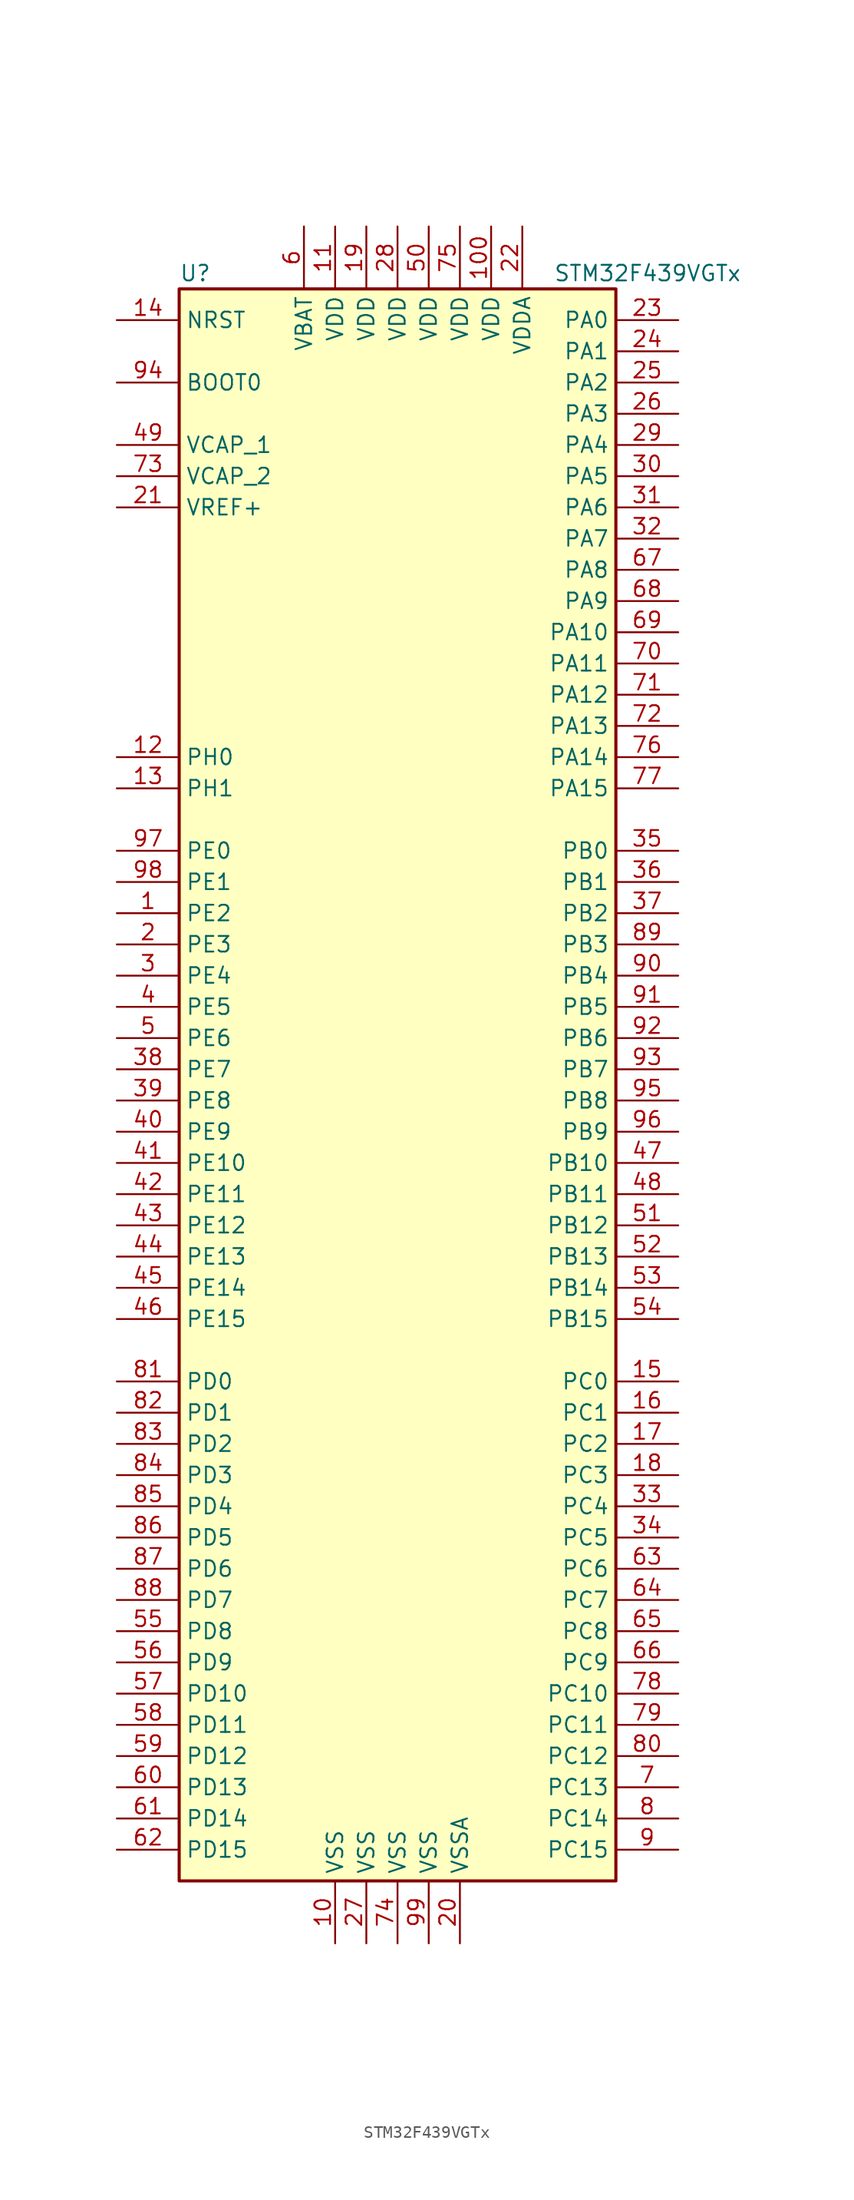
<source format=kicad_sym>
(kicad_symbol_lib
  (version 20201005)
  (generator kicad_symbol_editor)
  (symbol "MCU_ST_STM32F4:STM32F439VGTx"
    (property "Reference" "U"
      (at -17.78 64.77 0)
      (effects (font (size 1.27 1.27)) (justify left)))
    (property "Value" "STM32F439VGTx"
      (at 12.7 64.77 0)
      (effects (font (size 1.27 1.27)) (justify left)))
    (symbol "STM32F439VGTx_0_1"
      (rectangle (start -17.78 -66.04) (end 17.78 63.5) (stroke (width 0.254)) (fill (type background))))
    (symbol "STM32F439VGTx_1_1"
      (pin input line (at -22.86 55.88 0) (length 5.08) (name "BOOT0" (effects (font (size 1.27 1.27)))) (number "94" (effects (font (size 1.27 1.27)))))
      (pin input line (at -22.86 60.96 0) (length 5.08) (name "NRST" (effects (font (size 1.27 1.27)))) (number "14" (effects (font (size 1.27 1.27)))))
      (pin bidirectional line (at 22.86 60.96 180) (length 5.08) (name "PA0" (effects (font (size 1.27 1.27)))) (number "23" (effects (font (size 1.27 1.27)))))
      (pin bidirectional line (at 22.86 58.42 180) (length 5.08) (name "PA1" (effects (font (size 1.27 1.27)))) (number "24" (effects (font (size 1.27 1.27)))))
      (pin bidirectional line (at 22.86 35.56 180) (length 5.08) (name "PA10" (effects (font (size 1.27 1.27)))) (number "69" (effects (font (size 1.27 1.27)))))
      (pin bidirectional line (at 22.86 33.02 180) (length 5.08) (name "PA11" (effects (font (size 1.27 1.27)))) (number "70" (effects (font (size 1.27 1.27)))))
      (pin bidirectional line (at 22.86 30.48 180) (length 5.08) (name "PA12" (effects (font (size 1.27 1.27)))) (number "71" (effects (font (size 1.27 1.27)))))
      (pin bidirectional line (at 22.86 27.94 180) (length 5.08) (name "PA13" (effects (font (size 1.27 1.27)))) (number "72" (effects (font (size 1.27 1.27)))))
      (pin bidirectional line (at 22.86 25.4 180) (length 5.08) (name "PA14" (effects (font (size 1.27 1.27)))) (number "76" (effects (font (size 1.27 1.27)))))
      (pin bidirectional line (at 22.86 22.86 180) (length 5.08) (name "PA15" (effects (font (size 1.27 1.27)))) (number "77" (effects (font (size 1.27 1.27)))))
      (pin bidirectional line (at 22.86 55.88 180) (length 5.08) (name "PA2" (effects (font (size 1.27 1.27)))) (number "25" (effects (font (size 1.27 1.27)))))
      (pin bidirectional line (at 22.86 53.34 180) (length 5.08) (name "PA3" (effects (font (size 1.27 1.27)))) (number "26" (effects (font (size 1.27 1.27)))))
      (pin bidirectional line (at 22.86 50.8 180) (length 5.08) (name "PA4" (effects (font (size 1.27 1.27)))) (number "29" (effects (font (size 1.27 1.27)))))
      (pin bidirectional line (at 22.86 48.26 180) (length 5.08) (name "PA5" (effects (font (size 1.27 1.27)))) (number "30" (effects (font (size 1.27 1.27)))))
      (pin bidirectional line (at 22.86 45.72 180) (length 5.08) (name "PA6" (effects (font (size 1.27 1.27)))) (number "31" (effects (font (size 1.27 1.27)))))
      (pin bidirectional line (at 22.86 43.18 180) (length 5.08) (name "PA7" (effects (font (size 1.27 1.27)))) (number "32" (effects (font (size 1.27 1.27)))))
      (pin bidirectional line (at 22.86 40.64 180) (length 5.08) (name "PA8" (effects (font (size 1.27 1.27)))) (number "67" (effects (font (size 1.27 1.27)))))
      (pin bidirectional line (at 22.86 38.1 180) (length 5.08) (name "PA9" (effects (font (size 1.27 1.27)))) (number "68" (effects (font (size 1.27 1.27)))))
      (pin bidirectional line (at 22.86 17.78 180) (length 5.08) (name "PB0" (effects (font (size 1.27 1.27)))) (number "35" (effects (font (size 1.27 1.27)))))
      (pin bidirectional line (at 22.86 15.24 180) (length 5.08) (name "PB1" (effects (font (size 1.27 1.27)))) (number "36" (effects (font (size 1.27 1.27)))))
      (pin bidirectional line (at 22.86 -7.62 180) (length 5.08) (name "PB10" (effects (font (size 1.27 1.27)))) (number "47" (effects (font (size 1.27 1.27)))))
      (pin bidirectional line (at 22.86 -10.16 180) (length 5.08) (name "PB11" (effects (font (size 1.27 1.27)))) (number "48" (effects (font (size 1.27 1.27)))))
      (pin bidirectional line (at 22.86 -12.7 180) (length 5.08) (name "PB12" (effects (font (size 1.27 1.27)))) (number "51" (effects (font (size 1.27 1.27)))))
      (pin bidirectional line (at 22.86 -15.24 180) (length 5.08) (name "PB13" (effects (font (size 1.27 1.27)))) (number "52" (effects (font (size 1.27 1.27)))))
      (pin bidirectional line (at 22.86 -17.78 180) (length 5.08) (name "PB14" (effects (font (size 1.27 1.27)))) (number "53" (effects (font (size 1.27 1.27)))))
      (pin bidirectional line (at 22.86 -20.32 180) (length 5.08) (name "PB15" (effects (font (size 1.27 1.27)))) (number "54" (effects (font (size 1.27 1.27)))))
      (pin bidirectional line (at 22.86 12.7 180) (length 5.08) (name "PB2" (effects (font (size 1.27 1.27)))) (number "37" (effects (font (size 1.27 1.27)))))
      (pin bidirectional line (at 22.86 10.16 180) (length 5.08) (name "PB3" (effects (font (size 1.27 1.27)))) (number "89" (effects (font (size 1.27 1.27)))))
      (pin bidirectional line (at 22.86 7.62 180) (length 5.08) (name "PB4" (effects (font (size 1.27 1.27)))) (number "90" (effects (font (size 1.27 1.27)))))
      (pin bidirectional line (at 22.86 5.08 180) (length 5.08) (name "PB5" (effects (font (size 1.27 1.27)))) (number "91" (effects (font (size 1.27 1.27)))))
      (pin bidirectional line (at 22.86 2.54 180) (length 5.08) (name "PB6" (effects (font (size 1.27 1.27)))) (number "92" (effects (font (size 1.27 1.27)))))
      (pin bidirectional line (at 22.86 0 180) (length 5.08) (name "PB7" (effects (font (size 1.27 1.27)))) (number "93" (effects (font (size 1.27 1.27)))))
      (pin bidirectional line (at 22.86 -2.54 180) (length 5.08) (name "PB8" (effects (font (size 1.27 1.27)))) (number "95" (effects (font (size 1.27 1.27)))))
      (pin bidirectional line (at 22.86 -5.08 180) (length 5.08) (name "PB9" (effects (font (size 1.27 1.27)))) (number "96" (effects (font (size 1.27 1.27)))))
      (pin bidirectional line (at 22.86 -25.4 180) (length 5.08) (name "PC0" (effects (font (size 1.27 1.27)))) (number "15" (effects (font (size 1.27 1.27)))))
      (pin bidirectional line (at 22.86 -27.94 180) (length 5.08) (name "PC1" (effects (font (size 1.27 1.27)))) (number "16" (effects (font (size 1.27 1.27)))))
      (pin bidirectional line (at 22.86 -50.8 180) (length 5.08) (name "PC10" (effects (font (size 1.27 1.27)))) (number "78" (effects (font (size 1.27 1.27)))))
      (pin bidirectional line (at 22.86 -53.34 180) (length 5.08) (name "PC11" (effects (font (size 1.27 1.27)))) (number "79" (effects (font (size 1.27 1.27)))))
      (pin bidirectional line (at 22.86 -55.88 180) (length 5.08) (name "PC12" (effects (font (size 1.27 1.27)))) (number "80" (effects (font (size 1.27 1.27)))))
      (pin bidirectional line (at 22.86 -58.42 180) (length 5.08) (name "PC13" (effects (font (size 1.27 1.27)))) (number "7" (effects (font (size 1.27 1.27)))))
      (pin bidirectional line (at 22.86 -60.96 180) (length 5.08) (name "PC14" (effects (font (size 1.27 1.27)))) (number "8" (effects (font (size 1.27 1.27)))))
      (pin bidirectional line (at 22.86 -63.5 180) (length 5.08) (name "PC15" (effects (font (size 1.27 1.27)))) (number "9" (effects (font (size 1.27 1.27)))))
      (pin bidirectional line (at 22.86 -30.48 180) (length 5.08) (name "PC2" (effects (font (size 1.27 1.27)))) (number "17" (effects (font (size 1.27 1.27)))))
      (pin bidirectional line (at 22.86 -33.02 180) (length 5.08) (name "PC3" (effects (font (size 1.27 1.27)))) (number "18" (effects (font (size 1.27 1.27)))))
      (pin bidirectional line (at 22.86 -35.56 180) (length 5.08) (name "PC4" (effects (font (size 1.27 1.27)))) (number "33" (effects (font (size 1.27 1.27)))))
      (pin bidirectional line (at 22.86 -38.1 180) (length 5.08) (name "PC5" (effects (font (size 1.27 1.27)))) (number "34" (effects (font (size 1.27 1.27)))))
      (pin bidirectional line (at 22.86 -40.64 180) (length 5.08) (name "PC6" (effects (font (size 1.27 1.27)))) (number "63" (effects (font (size 1.27 1.27)))))
      (pin bidirectional line (at 22.86 -43.18 180) (length 5.08) (name "PC7" (effects (font (size 1.27 1.27)))) (number "64" (effects (font (size 1.27 1.27)))))
      (pin bidirectional line (at 22.86 -45.72 180) (length 5.08) (name "PC8" (effects (font (size 1.27 1.27)))) (number "65" (effects (font (size 1.27 1.27)))))
      (pin bidirectional line (at 22.86 -48.26 180) (length 5.08) (name "PC9" (effects (font (size 1.27 1.27)))) (number "66" (effects (font (size 1.27 1.27)))))
      (pin bidirectional line (at -22.86 -25.4 0) (length 5.08) (name "PD0" (effects (font (size 1.27 1.27)))) (number "81" (effects (font (size 1.27 1.27)))))
      (pin bidirectional line (at -22.86 -27.94 0) (length 5.08) (name "PD1" (effects (font (size 1.27 1.27)))) (number "82" (effects (font (size 1.27 1.27)))))
      (pin bidirectional line (at -22.86 -50.8 0) (length 5.08) (name "PD10" (effects (font (size 1.27 1.27)))) (number "57" (effects (font (size 1.27 1.27)))))
      (pin bidirectional line (at -22.86 -53.34 0) (length 5.08) (name "PD11" (effects (font (size 1.27 1.27)))) (number "58" (effects (font (size 1.27 1.27)))))
      (pin bidirectional line (at -22.86 -55.88 0) (length 5.08) (name "PD12" (effects (font (size 1.27 1.27)))) (number "59" (effects (font (size 1.27 1.27)))))
      (pin bidirectional line (at -22.86 -58.42 0) (length 5.08) (name "PD13" (effects (font (size 1.27 1.27)))) (number "60" (effects (font (size 1.27 1.27)))))
      (pin bidirectional line (at -22.86 -60.96 0) (length 5.08) (name "PD14" (effects (font (size 1.27 1.27)))) (number "61" (effects (font (size 1.27 1.27)))))
      (pin bidirectional line (at -22.86 -63.5 0) (length 5.08) (name "PD15" (effects (font (size 1.27 1.27)))) (number "62" (effects (font (size 1.27 1.27)))))
      (pin bidirectional line (at -22.86 -30.48 0) (length 5.08) (name "PD2" (effects (font (size 1.27 1.27)))) (number "83" (effects (font (size 1.27 1.27)))))
      (pin bidirectional line (at -22.86 -33.02 0) (length 5.08) (name "PD3" (effects (font (size 1.27 1.27)))) (number "84" (effects (font (size 1.27 1.27)))))
      (pin bidirectional line (at -22.86 -35.56 0) (length 5.08) (name "PD4" (effects (font (size 1.27 1.27)))) (number "85" (effects (font (size 1.27 1.27)))))
      (pin bidirectional line (at -22.86 -38.1 0) (length 5.08) (name "PD5" (effects (font (size 1.27 1.27)))) (number "86" (effects (font (size 1.27 1.27)))))
      (pin bidirectional line (at -22.86 -40.64 0) (length 5.08) (name "PD6" (effects (font (size 1.27 1.27)))) (number "87" (effects (font (size 1.27 1.27)))))
      (pin bidirectional line (at -22.86 -43.18 0) (length 5.08) (name "PD7" (effects (font (size 1.27 1.27)))) (number "88" (effects (font (size 1.27 1.27)))))
      (pin bidirectional line (at -22.86 -45.72 0) (length 5.08) (name "PD8" (effects (font (size 1.27 1.27)))) (number "55" (effects (font (size 1.27 1.27)))))
      (pin bidirectional line (at -22.86 -48.26 0) (length 5.08) (name "PD9" (effects (font (size 1.27 1.27)))) (number "56" (effects (font (size 1.27 1.27)))))
      (pin bidirectional line (at -22.86 17.78 0) (length 5.08) (name "PE0" (effects (font (size 1.27 1.27)))) (number "97" (effects (font (size 1.27 1.27)))))
      (pin bidirectional line (at -22.86 15.24 0) (length 5.08) (name "PE1" (effects (font (size 1.27 1.27)))) (number "98" (effects (font (size 1.27 1.27)))))
      (pin bidirectional line (at -22.86 -7.62 0) (length 5.08) (name "PE10" (effects (font (size 1.27 1.27)))) (number "41" (effects (font (size 1.27 1.27)))))
      (pin bidirectional line (at -22.86 -10.16 0) (length 5.08) (name "PE11" (effects (font (size 1.27 1.27)))) (number "42" (effects (font (size 1.27 1.27)))))
      (pin bidirectional line (at -22.86 -12.7 0) (length 5.08) (name "PE12" (effects (font (size 1.27 1.27)))) (number "43" (effects (font (size 1.27 1.27)))))
      (pin bidirectional line (at -22.86 -15.24 0) (length 5.08) (name "PE13" (effects (font (size 1.27 1.27)))) (number "44" (effects (font (size 1.27 1.27)))))
      (pin bidirectional line (at -22.86 -17.78 0) (length 5.08) (name "PE14" (effects (font (size 1.27 1.27)))) (number "45" (effects (font (size 1.27 1.27)))))
      (pin bidirectional line (at -22.86 -20.32 0) (length 5.08) (name "PE15" (effects (font (size 1.27 1.27)))) (number "46" (effects (font (size 1.27 1.27)))))
      (pin bidirectional line (at -22.86 12.7 0) (length 5.08) (name "PE2" (effects (font (size 1.27 1.27)))) (number "1" (effects (font (size 1.27 1.27)))))
      (pin bidirectional line (at -22.86 10.16 0) (length 5.08) (name "PE3" (effects (font (size 1.27 1.27)))) (number "2" (effects (font (size 1.27 1.27)))))
      (pin bidirectional line (at -22.86 7.62 0) (length 5.08) (name "PE4" (effects (font (size 1.27 1.27)))) (number "3" (effects (font (size 1.27 1.27)))))
      (pin bidirectional line (at -22.86 5.08 0) (length 5.08) (name "PE5" (effects (font (size 1.27 1.27)))) (number "4" (effects (font (size 1.27 1.27)))))
      (pin bidirectional line (at -22.86 2.54 0) (length 5.08) (name "PE6" (effects (font (size 1.27 1.27)))) (number "5" (effects (font (size 1.27 1.27)))))
      (pin bidirectional line (at -22.86 0 0) (length 5.08) (name "PE7" (effects (font (size 1.27 1.27)))) (number "38" (effects (font (size 1.27 1.27)))))
      (pin bidirectional line (at -22.86 -2.54 0) (length 5.08) (name "PE8" (effects (font (size 1.27 1.27)))) (number "39" (effects (font (size 1.27 1.27)))))
      (pin bidirectional line (at -22.86 -5.08 0) (length 5.08) (name "PE9" (effects (font (size 1.27 1.27)))) (number "40" (effects (font (size 1.27 1.27)))))
      (pin input line (at -22.86 25.4 0) (length 5.08) (name "PH0" (effects (font (size 1.27 1.27)))) (number "12" (effects (font (size 1.27 1.27)))))
      (pin input line (at -22.86 22.86 0) (length 5.08) (name "PH1" (effects (font (size 1.27 1.27)))) (number "13" (effects (font (size 1.27 1.27)))))
      (pin power_in line (at -7.62 68.58 270) (length 5.08) (name "VBAT" (effects (font (size 1.27 1.27)))) (number "6" (effects (font (size 1.27 1.27)))))
      (pin power_in line (at -22.86 50.8 0) (length 5.08) (name "VCAP_1" (effects (font (size 1.27 1.27)))) (number "49" (effects (font (size 1.27 1.27)))))
      (pin power_in line (at -22.86 48.26 0) (length 5.08) (name "VCAP_2" (effects (font (size 1.27 1.27)))) (number "73" (effects (font (size 1.27 1.27)))))
      (pin power_in line (at 7.62 68.58 270) (length 5.08) (name "VDD" (effects (font (size 1.27 1.27)))) (number "100" (effects (font (size 1.27 1.27)))))
      (pin power_in line (at -5.08 68.58 270) (length 5.08) (name "VDD" (effects (font (size 1.27 1.27)))) (number "11" (effects (font (size 1.27 1.27)))))
      (pin power_in line (at -2.54 68.58 270) (length 5.08) (name "VDD" (effects (font (size 1.27 1.27)))) (number "19" (effects (font (size 1.27 1.27)))))
      (pin power_in line (at 0 68.58 270) (length 5.08) (name "VDD" (effects (font (size 1.27 1.27)))) (number "28" (effects (font (size 1.27 1.27)))))
      (pin power_in line (at 2.54 68.58 270) (length 5.08) (name "VDD" (effects (font (size 1.27 1.27)))) (number "50" (effects (font (size 1.27 1.27)))))
      (pin power_in line (at 5.08 68.58 270) (length 5.08) (name "VDD" (effects (font (size 1.27 1.27)))) (number "75" (effects (font (size 1.27 1.27)))))
      (pin power_in line (at 10.16 68.58 270) (length 5.08) (name "VDDA" (effects (font (size 1.27 1.27)))) (number "22" (effects (font (size 1.27 1.27)))))
      (pin power_in line (at -22.86 45.72 0) (length 5.08) (name "VREF+" (effects (font (size 1.27 1.27)))) (number "21" (effects (font (size 1.27 1.27)))))
      (pin power_in line (at -5.08 -71.12 90) (length 5.08) (name "VSS" (effects (font (size 1.27 1.27)))) (number "10" (effects (font (size 1.27 1.27)))))
      (pin power_in line (at -2.54 -71.12 90) (length 5.08) (name "VSS" (effects (font (size 1.27 1.27)))) (number "27" (effects (font (size 1.27 1.27)))))
      (pin power_in line (at 0 -71.12 90) (length 5.08) (name "VSS" (effects (font (size 1.27 1.27)))) (number "74" (effects (font (size 1.27 1.27)))))
      (pin power_in line (at 2.54 -71.12 90) (length 5.08) (name "VSS" (effects (font (size 1.27 1.27)))) (number "99" (effects (font (size 1.27 1.27)))))
      (pin power_in line (at 5.08 -71.12 90) (length 5.08) (name "VSSA" (effects (font (size 1.27 1.27)))) (number "20" (effects (font (size 1.27 1.27))))))))
</source>
